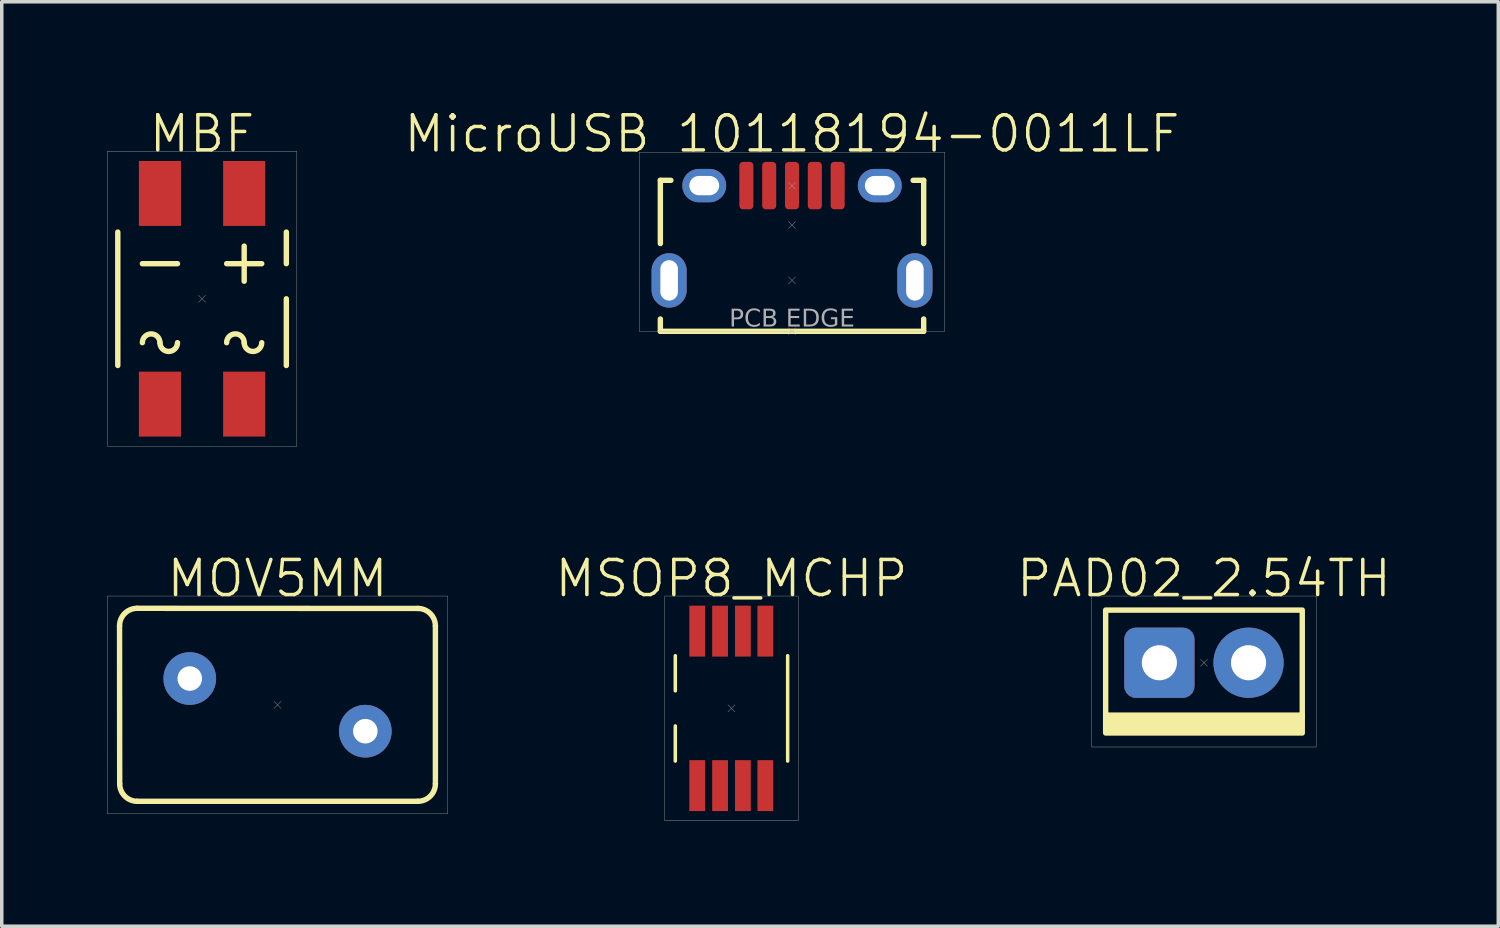
<source format=kicad_pcb>
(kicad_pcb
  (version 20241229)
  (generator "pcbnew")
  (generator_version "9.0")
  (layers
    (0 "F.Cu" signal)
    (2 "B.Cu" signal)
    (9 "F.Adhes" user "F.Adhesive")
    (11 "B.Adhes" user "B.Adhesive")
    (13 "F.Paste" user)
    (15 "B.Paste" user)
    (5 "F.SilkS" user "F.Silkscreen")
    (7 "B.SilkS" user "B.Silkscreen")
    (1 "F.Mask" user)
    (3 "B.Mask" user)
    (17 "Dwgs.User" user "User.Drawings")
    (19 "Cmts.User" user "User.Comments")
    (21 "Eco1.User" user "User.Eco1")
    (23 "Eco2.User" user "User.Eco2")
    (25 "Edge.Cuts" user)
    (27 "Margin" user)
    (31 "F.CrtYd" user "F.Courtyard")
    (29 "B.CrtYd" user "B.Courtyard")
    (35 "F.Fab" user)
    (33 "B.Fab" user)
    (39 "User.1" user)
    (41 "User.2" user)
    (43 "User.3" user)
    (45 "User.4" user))
  (footprint "MBF"
    (layer "F.Cu")
    (at 2.705 5.46)
    (property "Reference" "MBF" (at 0 -4.7 0) (unlocked yes) (layer "F.SilkS") (effects (font (size 1 1) (thickness 0.1))))
    (attr smd)
    (fp_line (start -2.4 1.9) (end -2.4 -1.9) (stroke (width 0.154) (type default)) (layer "F.SilkS"))
    (fp_line (start -0.7 -1) (end -1.7 -1) (stroke (width 0.154) (type default)) (layer "F.SilkS"))
    (fp_line (start 1.2 -1.5) (end 1.2 -0.5) (stroke (width 0.154) (type default)) (layer "F.SilkS"))
    (fp_line (start 1.7 -1) (end 0.7 -1) (stroke (width 0.154) (type default)) (layer "F.SilkS"))
    (fp_line (start 2.4 -1) (end 2.4 -1.9) (stroke (width 0.154) (type default)) (layer "F.SilkS"))
    (fp_line (start 2.4 1.9) (end 2.4 0) (stroke (width 0.154) (type default)) (layer "F.SilkS"))
    (fp_arc (start -1.7 1.25) (mid -1.45 1) (end -1.2 1.25) (stroke (width 0.154) (type default)) (layer "F.SilkS"))
    (fp_arc (start -0.7 1.25) (mid -0.95 1.5) (end -1.2 1.25) (stroke (width 0.154) (type default)) (layer "F.SilkS"))
    (fp_arc (start 0.7 1.25) (mid 0.95 1) (end 1.2 1.25) (stroke (width 0.154) (type default)) (layer "F.SilkS"))
    (fp_arc (start 1.7 1.25) (mid 1.45 1.5) (end 1.2 1.25) (stroke (width 0.154) (type default)) (layer "F.SilkS"))
    (fp_line (start -0.1 -0.1) (end 0.1 0.1) (stroke (width 0.01) (type default)) (layer "F.Fab"))
    (fp_line (start 0.1 -0.1) (end -0.1 0.1) (stroke (width 0.01) (type default)) (layer "F.Fab"))
    (fp_rect (start -2.7 -4.2) (end 2.7 4.2) (stroke (width 0.01) (type default)) (fill no) (layer "F.Fab"))
    (pad "1" smd rect (at 1.2 -3) (size 1.2 1.85) (layers "F.Cu" "F.Mask" "F.Paste"))
    (pad "2" smd rect (at 1.2 3) (size 1.2 1.85) (layers "F.Cu" "F.Mask" "F.Paste"))
    (pad "3" smd rect (at -1.2 3) (size 1.2 1.85) (layers "F.Cu" "F.Mask" "F.Paste"))
    (pad "4" smd rect (at -1.2 -3) (size 1.2 1.85) (layers "F.Cu" "F.Mask" "F.Paste")))
  (footprint "MicroUSB 10118194-0011LF"
    (layer "F.Cu")
    (at 19.508 3.361)
    (property "Reference" "MicroUSB 10118194-0011LF" (at 0 -2.6 0) (unlocked yes) (layer "F.SilkS") (effects (font (size 1 1) (thickness 0.1))))
    (attr smd)
    (fp_line (start -3.75 0.525) (end -3.75 -1.275) (stroke (width 0.154) (type default)) (layer "F.SilkS"))
    (fp_line (start -3.75 3.025) (end -3.75 2.675) (stroke (width 0.154) (type default)) (layer "F.SilkS"))
    (fp_line (start -3.75 3.025) (end 3.75 3.025) (stroke (width 0.154) (type default)) (layer "F.SilkS"))
    (fp_line (start -3.45 -1.275) (end -3.75 -1.275) (stroke (width 0.154) (type default)) (layer "F.SilkS"))
    (fp_line (start 3.75 -1.275) (end 3.45 -1.275) (stroke (width 0.154) (type default)) (layer "F.SilkS"))
    (fp_line (start 3.75 0.525) (end 3.75 -1.275) (stroke (width 0.154) (type default)) (layer "F.SilkS"))
    (fp_line (start 3.75 3.025) (end 3.75 2.675) (stroke (width 0.154) (type default)) (layer "F.SilkS"))
    (fp_line (start -0.1 -1.225) (end 0.1 -1.025) (stroke (width 0.01) (type default)) (layer "F.Fab"))
    (fp_line (start -0.1 -0.1) (end 0.1 0.1) (stroke (width 0.01) (type default)) (layer "F.Fab"))
    (fp_line (start -0.1 1.475) (end 0.1 1.675) (stroke (width 0.01) (type default)) (layer "F.Fab"))
    (fp_line (start -0.1 2.925) (end 0.1 3.125) (stroke (width 0.01) (type default)) (layer "F.Fab"))
    (fp_line (start 0.1 -1.225) (end -0.1 -1.025) (stroke (width 0.01) (type default)) (layer "F.Fab"))
    (fp_line (start 0.1 -0.1) (end -0.1 0.1) (stroke (width 0.01) (type default)) (layer "F.Fab"))
    (fp_line (start 0.1 1.475) (end -0.1 1.675) (stroke (width 0.01) (type default)) (layer "F.Fab"))
    (fp_line (start 0.1 2.925) (end -0.1 3.125) (stroke (width 0.01) (type default)) (layer "F.Fab"))
    (fp_rect (start -4.35 -2.075) (end 4.35 3.025) (stroke (width 0.01) (type default)) (fill no) (layer "F.Fab"))
    (fp_text user "PCB EDGE" (at 0 2.975 0) (unlocked yes) (layer "F.Fab") (effects (font (face "Arial") (size 0.5 0.5) (thickness 0.1)) (justify bottom)))
    (pad "1" smd roundrect (at -1.3 -1.125) (size 0.4 1.35) (layers "F.Cu" "F.Mask" "F.Paste") (roundrect_rratio 0.25))
    (pad "2" smd roundrect (at -0.65 -1.125) (size 0.4 1.35) (layers "F.Cu" "F.Mask" "F.Paste") (roundrect_rratio 0.25))
    (pad "3" smd roundrect (at 0 -1.125) (size 0.4 1.35) (layers "F.Cu" "F.Mask" "F.Paste") (roundrect_rratio 0.25))
    (pad "4" smd roundrect (at 0.65 -1.125) (size 0.4 1.35) (layers "F.Cu" "F.Mask" "F.Paste") (roundrect_rratio 0.25))
    (pad "5" smd roundrect (at 1.3 -1.125) (size 0.4 1.35) (layers "F.Cu" "F.Mask" "F.Paste") (roundrect_rratio 0.25))
    (pad "6" thru_hole oval (at 2.5 -1.125) (size 1.25 0.95) (drill oval 0.85 0.55) (layers "*.Cu" "*.Mask"))
    (pad "7" thru_hole oval (at 3.5 1.575) (size 1 1.55) (drill oval 0.5 1.15) (layers "*.Cu" "*.Mask"))
    (pad "8" thru_hole oval (at -3.5 1.575) (size 1 1.55) (drill oval 0.5 1.15) (layers "*.Cu" "*.Mask"))
    (pad "9" thru_hole oval (at -2.5 -1.125) (size 1.25 0.95) (drill oval 0.85 0.55) (layers "*.Cu" "*.Mask")))
  (footprint "PAD02_2.54TH"
    (layer "F.Cu")
    (at 31.241 15.826)
    (property "Reference" "PAD02_2.54TH" (at 0 -2.4 0) (unlocked yes) (layer "F.SilkS") (effects (font (size 1 1) (thickness 0.1))))
    (attr through_hole)
    (fp_rect (start -2.8 -1.5) (end 2.8 1.5) (stroke (width 0.154) (type default)) (fill no) (layer "F.SilkS"))
    (fp_rect (start -2.8 1.5) (end 2.8 2) (stroke (width 0.154) (type solid)) (fill yes) (layer "F.SilkS"))
    (fp_line (start -0.1 -0.1) (end 0.1 0.1) (stroke (width 0.01) (type default)) (layer "F.Fab"))
    (fp_line (start 0.1 -0.1) (end -0.1 0.1) (stroke (width 0.01) (type default)) (layer "F.Fab"))
    (fp_rect (start -3.2 -1.9) (end 3.2 2.4) (stroke (width 0.01) (type default)) (fill no) (layer "F.Fab"))
    (pad "1" thru_hole roundrect (at -1.27 0) (size 2 2) (drill 1) (layers "*.Cu" "*.Mask") (roundrect_rratio 0.164))
    (pad "2" thru_hole circle (at 1.27 0) (size 2 2) (drill 1) (layers "*.Cu" "*.Mask")))
  (footprint "MSOP8_MCHP"
    (layer "F.Cu")
    (at 17.784 17.126)
    (property "Reference" "MSOP8_MCHP" (at 0 -3.7 0) (unlocked yes) (layer "F.SilkS") (effects (font (size 1 1) (thickness 0.1))))
    (attr smd)
    (fp_line (start -1.6 -1.5) (end -1.6 -0.5) (stroke (width 0.1) (type default)) (layer "F.SilkS"))
    (fp_line (start -1.6 1.5) (end -1.6 0.5) (stroke (width 0.1) (type default)) (layer "F.SilkS"))
    (fp_line (start 1.6 -1.5) (end 1.6 1.5) (stroke (width 0.1) (type default)) (layer "F.SilkS"))
    (fp_line (start -0.1 -0.1) (end 0.1 0.1) (stroke (width 0.01) (type default)) (layer "F.Fab"))
    (fp_line (start 0.1 -0.1) (end -0.1 0.1) (stroke (width 0.01) (type default)) (layer "F.Fab"))
    (fp_rect (start -1.9 -3.2) (end 1.9 3.2) (stroke (width 0.01) (type default)) (fill no) (layer "F.Fab"))
    (pad "1" smd rect (at -0.975 2.2) (size 0.45 1.45) (layers "F.Cu" "F.Mask" "F.Paste"))
    (pad "2" smd rect (at -0.325 2.2) (size 0.45 1.45) (layers "F.Cu" "F.Mask" "F.Paste"))
    (pad "3" smd rect (at 0.325 2.2) (size 0.45 1.45) (layers "F.Cu" "F.Mask" "F.Paste"))
    (pad "4" smd rect (at 0.965 2.2) (size 0.45 1.45) (layers "F.Cu" "F.Mask" "F.Paste"))
    (pad "5" smd rect (at 0.965 -2.2) (size 0.45 1.45) (layers "F.Cu" "F.Mask" "F.Paste"))
    (pad "6" smd rect (at 0.325 -2.2) (size 0.45 1.45) (layers "F.Cu" "F.Mask" "F.Paste"))
    (pad "7" smd rect (at -0.325 -2.2) (size 0.45 1.45) (layers "F.Cu" "F.Mask" "F.Paste"))
    (pad "8" smd rect (at -0.975 -2.2) (size 0.45 1.45) (layers "F.Cu" "F.Mask" "F.Paste")))
  (footprint "MOV5MM"
    (layer "F.Cu")
    (at 4.855 17.026)
    (property "Reference" "MOV5MM" (at 0 -3.6 0) (unlocked yes) (layer "F.SilkS") (effects (font (size 1 1) (thickness 0.1))))
    (attr through_hole)
    (fp_line (start -4.5 -2.25) (end -4.496 2.246) (stroke (width 0.154) (type default)) (layer "F.SilkS"))
    (fp_line (start -3.996 2.746) (end 3.996 2.746) (stroke (width 0.154) (type default)) (layer "F.SilkS"))
    (fp_line (start 3.996 -2.746) (end -4 -2.75) (stroke (width 0.154) (type default)) (layer "F.SilkS"))
    (fp_line (start 4.496 2.246) (end 4.496 -2.246) (stroke (width 0.154) (type default)) (layer "F.SilkS"))
    (fp_arc (start -4.5 -2.25) (mid -4.353554 -2.603554) (end -4 -2.75) (stroke (width 0.154) (type default)) (layer "F.SilkS"))
    (fp_arc (start -3.996447 2.746447) (mid -4.35 2.6) (end -4.496447 2.246447) (stroke (width 0.154) (type default)) (layer "F.SilkS"))
    (fp_arc (start 3.996447 -2.746447) (mid 4.35 -2.6) (end 4.496447 -2.246447) (stroke (width 0.154) (type default)) (layer "F.SilkS"))
    (fp_arc (start 4.496447 2.246447) (mid 4.35 2.6) (end 3.996447 2.746447) (stroke (width 0.154) (type default)) (layer "F.SilkS"))
    (fp_line (start -0.1 -0.1) (end 0.1 0.1) (stroke (width 0.01) (type default)) (layer "F.Fab"))
    (fp_line (start 0.1 -0.1) (end -0.1 0.1) (stroke (width 0.01) (type default)) (layer "F.Fab"))
    (fp_rect (start -4.85 -3.1) (end 4.85 3.1) (stroke (width 0.01) (type default)) (fill no) (layer "F.Fab"))
    (pad "1" thru_hole circle (at -2.5 -0.75) (size 1.5 1.5) (drill 0.7) (layers "*.Cu" "*.Mask"))
    (pad "2" thru_hole circle (at 2.5 0.75) (size 1.5 1.5) (drill 0.7) (layers "*.Cu" "*.Mask")))
  (gr_rect
    (start -3 -3)
    (end 39.624 23.331)
    (stroke (width 0.1) (type default))
    (fill no)
    (layer "Edge.Cuts")))
</source>
